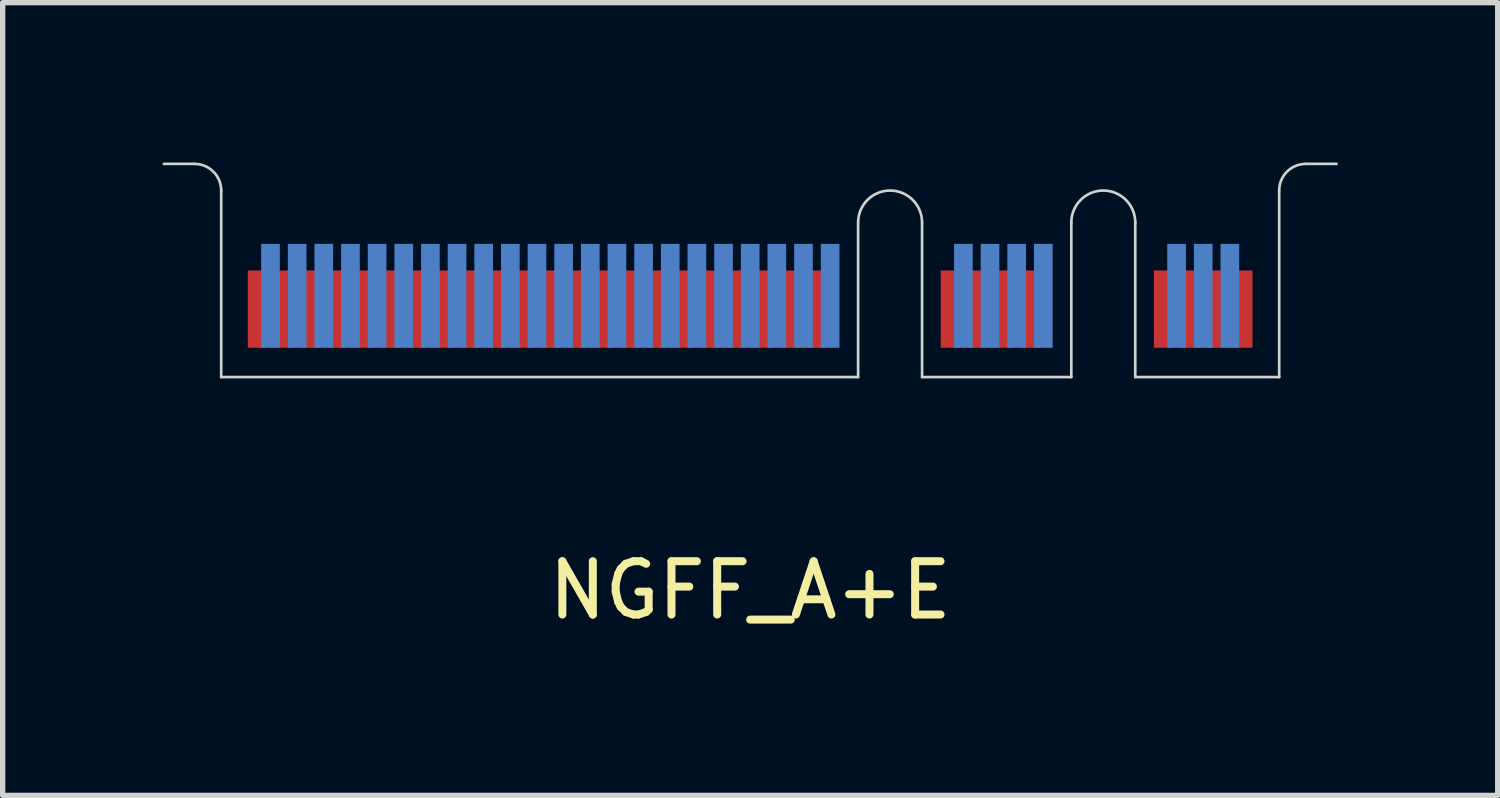
<source format=kicad_pcb>
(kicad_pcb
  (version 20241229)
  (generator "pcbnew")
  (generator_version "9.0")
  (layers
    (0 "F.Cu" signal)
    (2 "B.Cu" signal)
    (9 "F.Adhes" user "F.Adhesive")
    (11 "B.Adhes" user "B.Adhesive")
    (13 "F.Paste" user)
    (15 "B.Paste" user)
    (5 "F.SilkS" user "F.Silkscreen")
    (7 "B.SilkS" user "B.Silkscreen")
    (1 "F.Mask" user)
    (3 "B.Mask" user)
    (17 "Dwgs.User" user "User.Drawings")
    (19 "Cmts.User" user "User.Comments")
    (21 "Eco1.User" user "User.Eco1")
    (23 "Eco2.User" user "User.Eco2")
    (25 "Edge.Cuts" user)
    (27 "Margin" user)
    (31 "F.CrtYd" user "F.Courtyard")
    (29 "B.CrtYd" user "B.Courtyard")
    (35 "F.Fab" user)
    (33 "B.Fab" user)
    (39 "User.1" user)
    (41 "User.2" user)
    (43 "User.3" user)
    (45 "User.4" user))
  (footprint "NGFF_A+E"
    (layer "F.Cu")
    (at 11.025 4.025)
    (property "Reference" "NGFF_A+E" (at 0 4 0) (layer "F.SilkS") (effects (font (size 1 1) (thickness 0.15))))
    (attr through_hole)
    (fp_poly (pts (xy -9.925 0) (xy 2.025 0) (xy 2.025 -2) (xy -9.925 -2)) (stroke (width 0.1) (type solid)) (fill yes) (layer "F.Mask"))
    (fp_poly (pts (xy 3.225 0) (xy 6.025 0) (xy 6.025 -2) (xy 3.225 -2)) (stroke (width 0.1) (type solid)) (fill yes) (layer "F.Mask"))
    (fp_poly (pts (xy 7.225 0) (xy 9.925 0) (xy 9.925 -2) (xy 7.225 -2)) (stroke (width 0.1) (type solid)) (fill yes) (layer "F.Mask"))
    (fp_poly (pts (xy -9.925 0) (xy 2.025 0) (xy 2.025 -2.5) (xy -9.925 -2.5)) (stroke (width 0.1) (type solid)) (fill yes) (layer "B.Mask"))
    (fp_poly (pts (xy 3.225 0) (xy 6.025 0) (xy 6.025 -2.5) (xy 3.225 -2.5)) (stroke (width 0.1) (type solid)) (fill yes) (layer "B.Mask"))
    (fp_poly (pts (xy 7.225 0) (xy 9.925 0) (xy 9.925 -2.5) (xy 7.225 -2.5)) (stroke (width 0.1) (type solid)) (fill yes) (layer "B.Mask"))
    (fp_line (start -11 -4) (end -10.425 -4) (stroke (width 0.05) (type solid)) (layer "Edge.Cuts"))
    (fp_line (start -9.925 -3.5) (end -9.925 0) (stroke (width 0.05) (type solid)) (layer "Edge.Cuts"))
    (fp_line (start -9.925 0) (end 2.025 0) (stroke (width 0.05) (type solid)) (layer "Edge.Cuts"))
    (fp_line (start 2.025 0) (end 2.025 -2.9) (stroke (width 0.05) (type solid)) (layer "Edge.Cuts"))
    (fp_line (start 3.225 -2.9) (end 3.225 0) (stroke (width 0.05) (type solid)) (layer "Edge.Cuts"))
    (fp_line (start 3.225 0) (end 6.025 0) (stroke (width 0.05) (type solid)) (layer "Edge.Cuts"))
    (fp_line (start 6.025 0) (end 6.025 -2.9) (stroke (width 0.05) (type solid)) (layer "Edge.Cuts"))
    (fp_line (start 7.225 -2.9) (end 7.225 0) (stroke (width 0.05) (type solid)) (layer "Edge.Cuts"))
    (fp_line (start 7.225 0) (end 9.925 0) (stroke (width 0.05) (type solid)) (layer "Edge.Cuts"))
    (fp_line (start 9.925 0) (end 9.925 -3.5) (stroke (width 0.05) (type solid)) (layer "Edge.Cuts"))
    (fp_line (start 10.425 -4) (end 11 -4) (stroke (width 0.05) (type solid)) (layer "Edge.Cuts"))
    (fp_arc (start -10.425 -4) (mid -10.071447 -3.853553) (end -9.925 -3.5) (stroke (width 0.05) (type solid)) (layer "Edge.Cuts"))
    (fp_arc (start 2.025 -2.9) (mid 2.625 -3.5) (end 3.225 -2.9) (stroke (width 0.05) (type solid)) (layer "Edge.Cuts"))
    (fp_arc (start 6.025 -2.9) (mid 6.625 -3.5) (end 7.225 -2.9) (stroke (width 0.05) (type solid)) (layer "Edge.Cuts"))
    (fp_arc (start 9.925 -3.5) (mid 10.071447 -3.853553) (end 10.425 -4) (stroke (width 0.05) (type solid)) (layer "Edge.Cuts"))
    (pad "1" smd rect (at 9.25 -1.275) (size 0.35 1.45) (layers "F.Cu"))
    (pad "2" smd rect (at 9 -1.525) (size 0.35 1.95) (layers "B.Cu"))
    (pad "3" smd rect (at 8.75 -1.275) (size 0.35 1.45) (layers "F.Cu"))
    (pad "4" smd rect (at 8.5 -1.525) (size 0.35 1.95) (layers "B.Cu"))
    (pad "5" smd rect (at 8.25 -1.275) (size 0.35 1.45) (layers "F.Cu"))
    (pad "6" smd rect (at 8 -1.525) (size 0.35 1.95) (layers "B.Cu"))
    (pad "7" smd rect (at 7.75 -1.275) (size 0.35 1.45) (layers "F.Cu"))
    (pad "16" smd rect (at 5.5 -1.525) (size 0.35 1.95) (layers "B.Cu"))
    (pad "17" smd rect (at 5.25 -1.275) (size 0.35 1.45) (layers "F.Cu"))
    (pad "18" smd rect (at 5 -1.525) (size 0.35 1.95) (layers "B.Cu"))
    (pad "19" smd rect (at 4.75 -1.275) (size 0.35 1.45) (layers "F.Cu"))
    (pad "20" smd rect (at 4.5 -1.525) (size 0.35 1.95) (layers "B.Cu"))
    (pad "21" smd rect (at 4.25 -1.275) (size 0.35 1.45) (layers "F.Cu"))
    (pad "22" smd rect (at 4 -1.525) (size 0.35 1.95) (layers "B.Cu"))
    (pad "23" smd rect (at 3.75 -1.275) (size 0.35 1.45) (layers "F.Cu"))
    (pad "32" smd rect (at 1.5 -1.525) (size 0.35 1.95) (layers "B.Cu"))
    (pad "33" smd rect (at 1.25 -1.275) (size 0.35 1.45) (layers "F.Cu"))
    (pad "34" smd rect (at 1 -1.525) (size 0.35 1.95) (layers "B.Cu"))
    (pad "35" smd rect (at 0.75 -1.275) (size 0.35 1.45) (layers "F.Cu"))
    (pad "36" smd rect (at 0.5 -1.525) (size 0.35 1.95) (layers "B.Cu"))
    (pad "37" smd rect (at 0.25 -1.275) (size 0.35 1.45) (layers "F.Cu"))
    (pad "38" smd rect (at 0 -1.525) (size 0.35 1.95) (layers "B.Cu"))
    (pad "39" smd rect (at -0.25 -1.275) (size 0.35 1.45) (layers "F.Cu"))
    (pad "40" smd rect (at -0.5 -1.525) (size 0.35 1.95) (layers "B.Cu"))
    (pad "41" smd rect (at -0.75 -1.275) (size 0.35 1.45) (layers "F.Cu"))
    (pad "42" smd rect (at -1 -1.525) (size 0.35 1.95) (layers "B.Cu"))
    (pad "43" smd rect (at -1.25 -1.275) (size 0.35 1.45) (layers "F.Cu"))
    (pad "44" smd rect (at -1.5 -1.525) (size 0.35 1.95) (layers "B.Cu"))
    (pad "45" smd rect (at -1.75 -1.275) (size 0.35 1.45) (layers "F.Cu"))
    (pad "46" smd rect (at -2 -1.525) (size 0.35 1.95) (layers "B.Cu"))
    (pad "47" smd rect (at -2.25 -1.275) (size 0.35 1.45) (layers "F.Cu"))
    (pad "48" smd rect (at -2.5 -1.525) (size 0.35 1.95) (layers "B.Cu"))
    (pad "49" smd rect (at -2.75 -1.275) (size 0.35 1.45) (layers "F.Cu"))
    (pad "50" smd rect (at -3 -1.525) (size 0.35 1.95) (layers "B.Cu"))
    (pad "51" smd rect (at -3.25 -1.275) (size 0.35 1.45) (layers "F.Cu"))
    (pad "52" smd rect (at -3.5 -1.525) (size 0.35 1.95) (layers "B.Cu"))
    (pad "53" smd rect (at -3.75 -1.275) (size 0.35 1.45) (layers "F.Cu"))
    (pad "54" smd rect (at -4 -1.525) (size 0.35 1.95) (layers "B.Cu"))
    (pad "55" smd rect (at -4.25 -1.275) (size 0.35 1.45) (layers "F.Cu"))
    (pad "56" smd rect (at -4.5 -1.525) (size 0.35 1.95) (layers "B.Cu"))
    (pad "57" smd rect (at -4.75 -1.275) (size 0.35 1.45) (layers "F.Cu"))
    (pad "58" smd rect (at -5 -1.525) (size 0.35 1.95) (layers "B.Cu"))
    (pad "59" smd rect (at -5.25 -1.275) (size 0.35 1.45) (layers "F.Cu"))
    (pad "60" smd rect (at -5.5 -1.525) (size 0.35 1.95) (layers "B.Cu"))
    (pad "61" smd rect (at -5.75 -1.275) (size 0.35 1.45) (layers "F.Cu"))
    (pad "62" smd rect (at -6 -1.525) (size 0.35 1.95) (layers "B.Cu"))
    (pad "63" smd rect (at -6.25 -1.275) (size 0.35 1.45) (layers "F.Cu"))
    (pad "64" smd rect (at -6.5 -1.525) (size 0.35 1.95) (layers "B.Cu"))
    (pad "65" smd rect (at -6.75 -1.275) (size 0.35 1.45) (layers "F.Cu"))
    (pad "66" smd rect (at -7 -1.525) (size 0.35 1.95) (layers "B.Cu"))
    (pad "67" smd rect (at -7.25 -1.275) (size 0.35 1.45) (layers "F.Cu"))
    (pad "68" smd rect (at -7.5 -1.525) (size 0.35 1.95) (layers "B.Cu"))
    (pad "69" smd rect (at -7.75 -1.275) (size 0.35 1.45) (layers "F.Cu"))
    (pad "70" smd rect (at -8 -1.525) (size 0.35 1.95) (layers "B.Cu"))
    (pad "71" smd rect (at -8.25 -1.275) (size 0.35 1.45) (layers "F.Cu"))
    (pad "72" smd rect (at -8.5 -1.525) (size 0.35 1.95) (layers "B.Cu"))
    (pad "73" smd rect (at -8.75 -1.275) (size 0.35 1.45) (layers "F.Cu"))
    (pad "74" smd rect (at -9 -1.525) (size 0.35 1.95) (layers "B.Cu"))
    (pad "75" smd rect (at -9.25 -1.275) (size 0.35 1.45) (layers "F.Cu")))
  (gr_rect
    (start -3 -3)
    (end 25.05 11.873)
    (stroke (width 0.1) (type default))
    (fill no)
    (layer "Edge.Cuts")))
</source>
